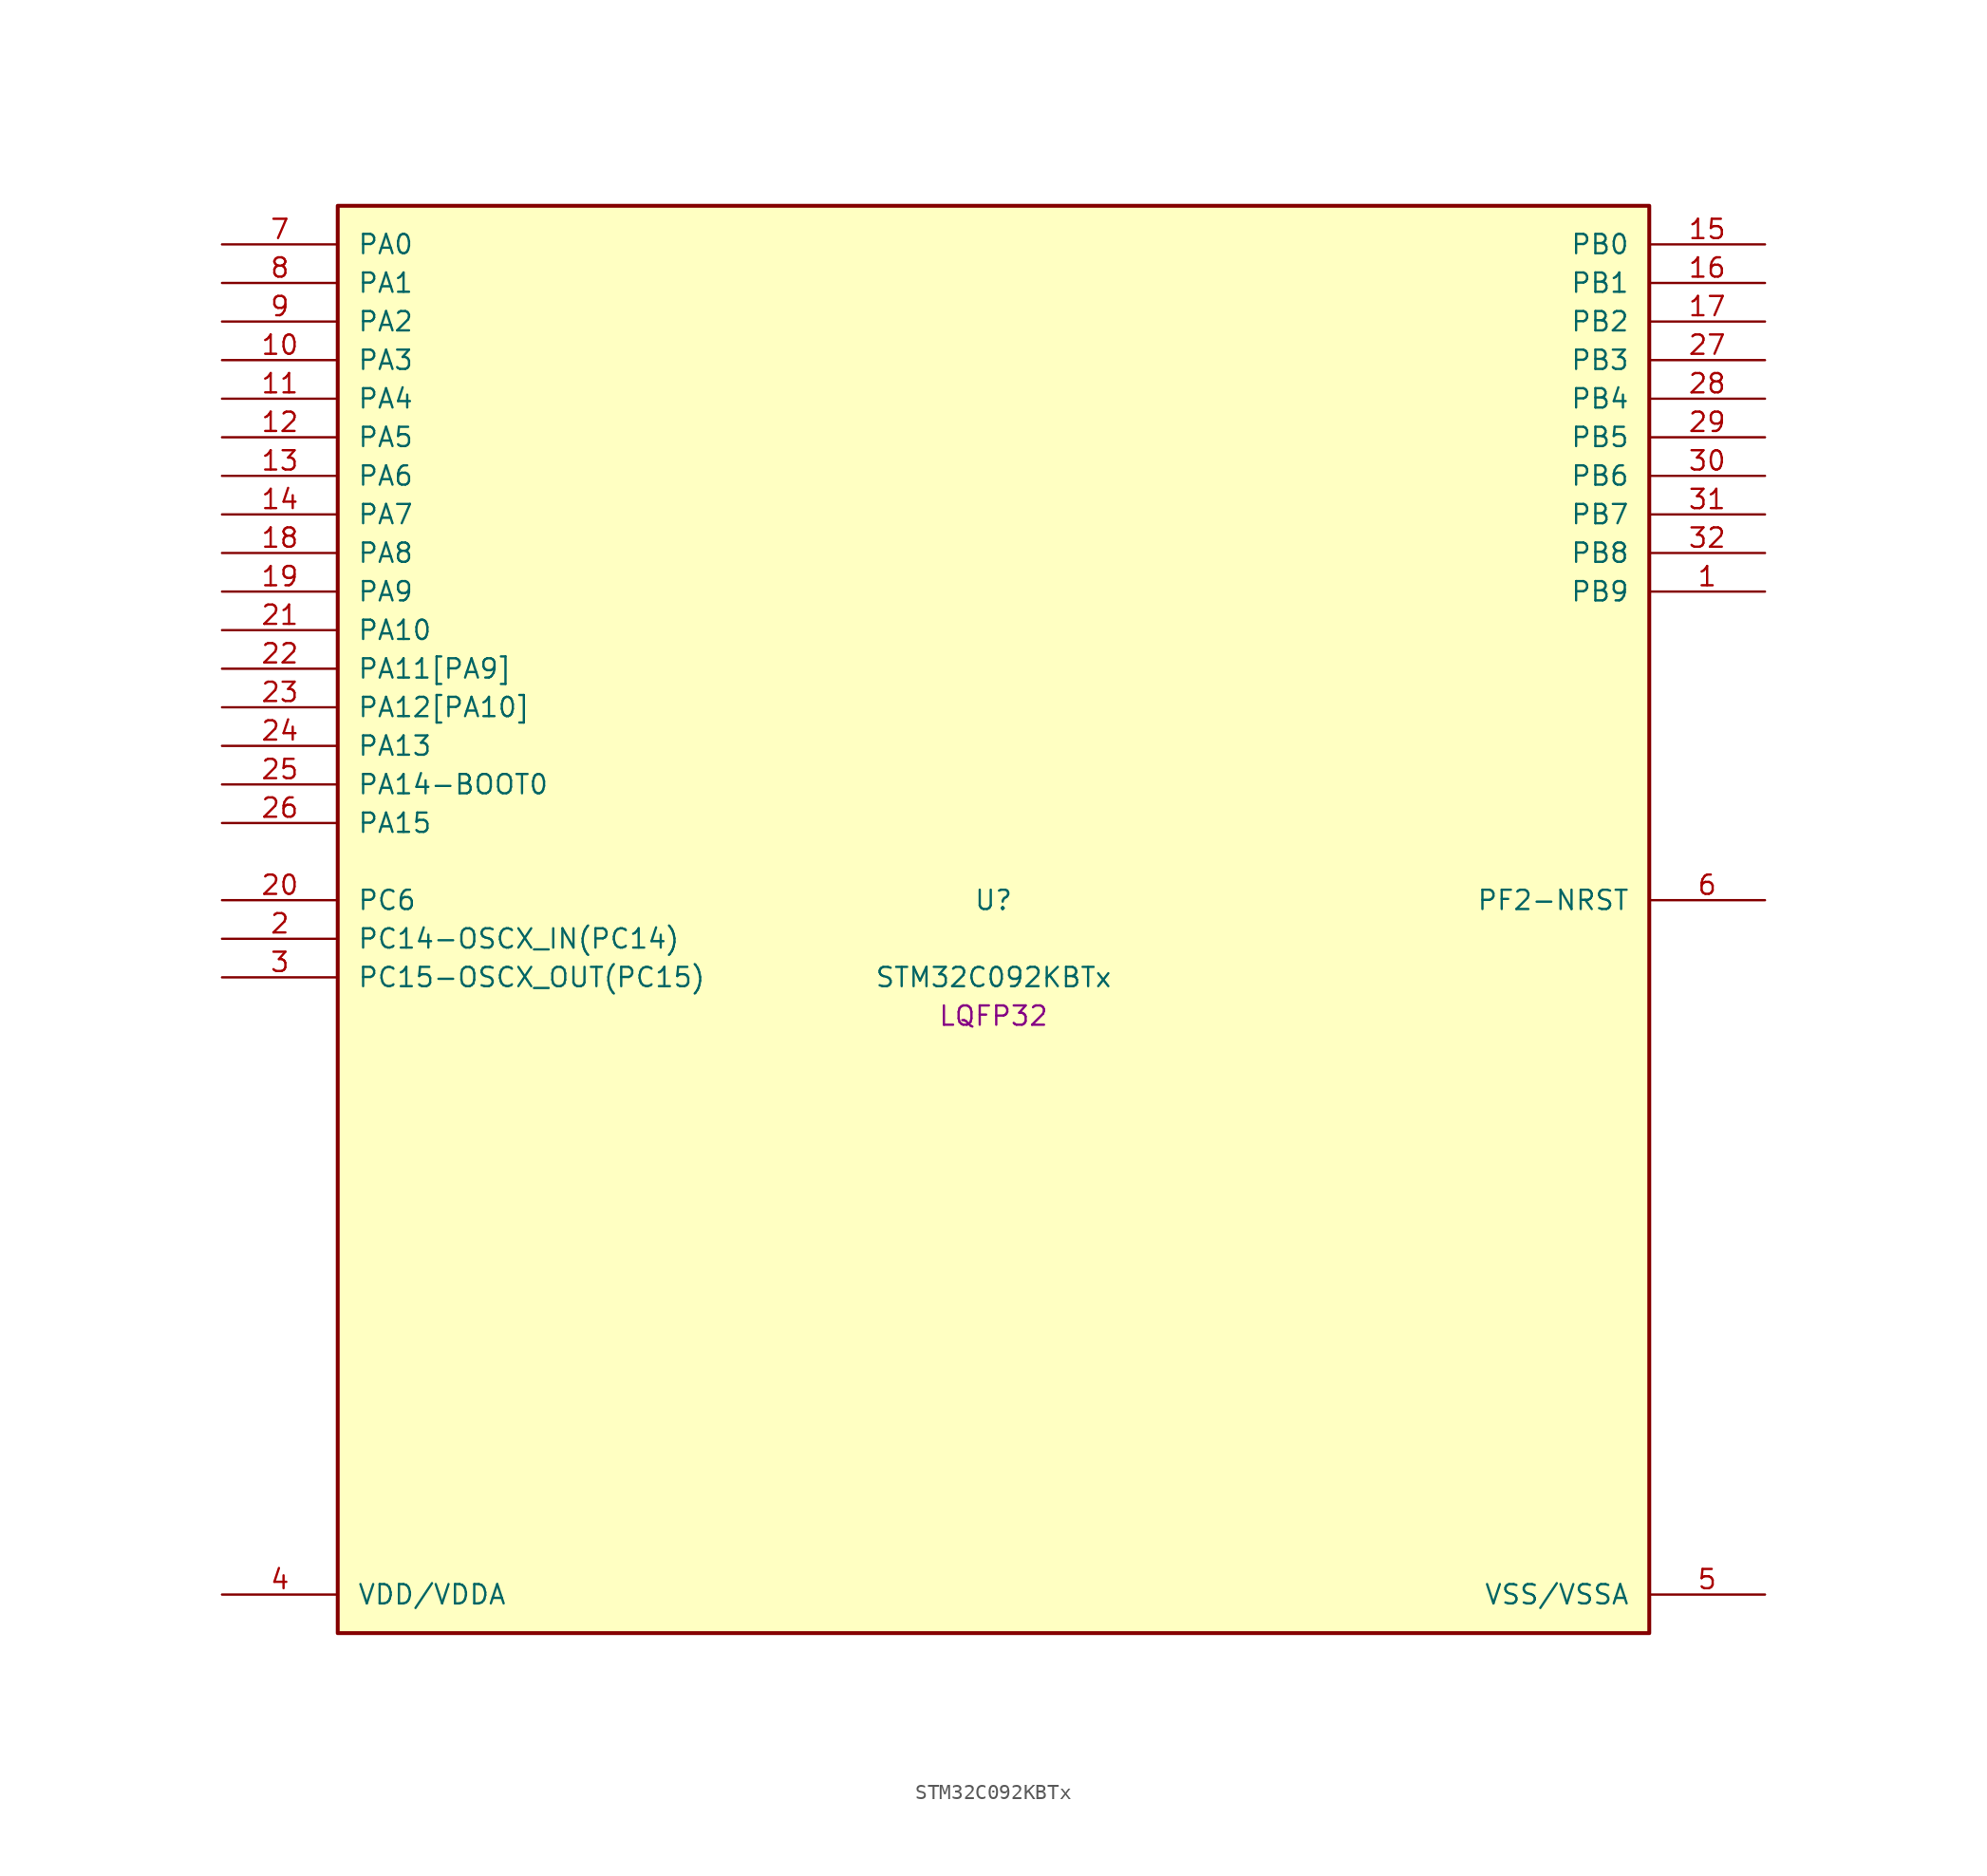
<source format=kicad_sym>
(kicad_symbol_lib
  (version 20241209)
  (generator "stm32_pkl_generator")
  (generator_version "1.0")
  (symbol "STM32C092KBTx"
    (pin_names
      (offset 1.27))
    (property "Reference" "U"
      (at 0 2.54 0))
    (property "Value" "STM32C092KBTx"
      (at 0 -2.54 0))
    (property "Footprint" "LQFP32"
      (at 0 -5.08 0))
    (symbol "STM32C092KBTx_1_1"
      (rectangle (start -43.18 48.26) (end 43.18 -45.72) (stroke (width 0.254) (type solid)) (fill (type background)))
      (pin bidirectional line (at -50.8 45.72 0) (length 7.62) (name "PA0") (number "7") (alternate "PA0/ADC1_IN0" bidirectional line) (alternate "PA0/PWR_WKUP1" bidirectional line) (alternate "PA0/SPI2_SCK" bidirectional line) (alternate "PA0/TIM16_CH1" bidirectional line) (alternate "PA0/TIM1_CH1" bidirectional line) (alternate "PA0/TIM2_CH1" bidirectional line) (alternate "PA0/TIM2_ETR" bidirectional line) (alternate "PA0/USART1_TX" bidirectional line) (alternate "PA0/USART2_CTS" bidirectional line) (alternate "PA0/USART2_NSS" bidirectional line) (alternate "PA0/USART4_TX" bidirectional line))
      (pin bidirectional line (at -50.8 43.18 0) (length 7.62) (name "PA1") (number "8") (alternate "PA1/ADC1_IN1" bidirectional line) (alternate "PA1/I2C1_SMBA" bidirectional line) (alternate "PA1/I2S1_CK" bidirectional line) (alternate "PA1/SPI1_SCK" bidirectional line) (alternate "PA1/TIM15_CH1N" bidirectional line) (alternate "PA1/TIM17_CH1" bidirectional line) (alternate "PA1/TIM1_CH2" bidirectional line) (alternate "PA1/TIM2_CH2" bidirectional line) (alternate "PA1/USART1_RX" bidirectional line) (alternate "PA1/USART2_CK" bidirectional line) (alternate "PA1/USART2_DE" bidirectional line) (alternate "PA1/USART2_RTS" bidirectional line) (alternate "PA1/USART4_RX" bidirectional line))
      (pin bidirectional line (at -50.8 40.64 0) (length 7.62) (name "PA2") (number "9") (alternate "PA2/ADC1_IN2" bidirectional line) (alternate "PA2/I2S1_SD" bidirectional line) (alternate "PA2/PWR_WKUP4" bidirectional line) (alternate "PA2/RCC_LSCO" bidirectional line) (alternate "PA2/SPI1_MOSI" bidirectional line) (alternate "PA2/TIM15_CH1" bidirectional line) (alternate "PA2/TIM16_CH1N" bidirectional line) (alternate "PA2/TIM1_CH3" bidirectional line) (alternate "PA2/TIM2_CH3" bidirectional line) (alternate "PA2/TIM3_ETR" bidirectional line) (alternate "PA2/USART2_TX" bidirectional line))
      (pin bidirectional line (at -50.8 38.1 0) (length 7.62) (name "PA3") (number "10") (alternate "PA3/ADC1_IN3" bidirectional line) (alternate "PA3/SPI2_MISO" bidirectional line) (alternate "PA3/TIM15_CH2" bidirectional line) (alternate "PA3/TIM1_CH1N" bidirectional line) (alternate "PA3/TIM1_CH4" bidirectional line) (alternate "PA3/TIM2_CH4" bidirectional line) (alternate "PA3/USART2_RX" bidirectional line))
      (pin bidirectional line (at -50.8 35.56 0) (length 7.62) (name "PA4") (number "11") (alternate "PA4/ADC1_IN4" bidirectional line) (alternate "PA4/I2S1_WS" bidirectional line) (alternate "PA4/PWR_WKUP2" bidirectional line) (alternate "PA4/RTC_OUT1" bidirectional line) (alternate "PA4/RTC_TS" bidirectional line) (alternate "PA4/SPI1_NSS" bidirectional line) (alternate "PA4/SPI2_MOSI" bidirectional line) (alternate "PA4/TIM14_CH1" bidirectional line) (alternate "PA4/TIM17_CH1N" bidirectional line) (alternate "PA4/TIM1_CH2N" bidirectional line) (alternate "PA4/USART2_TX" bidirectional line))
      (pin bidirectional line (at -50.8 33.02 0) (length 7.62) (name "PA5") (number "12") (alternate "PA5/ADC1_IN5" bidirectional line) (alternate "PA5/I2S1_CK" bidirectional line) (alternate "PA5/SPI1_SCK" bidirectional line) (alternate "PA5/TIM1_CH1" bidirectional line) (alternate "PA5/TIM1_CH3N" bidirectional line) (alternate "PA5/TIM2_CH1" bidirectional line) (alternate "PA5/TIM2_ETR" bidirectional line) (alternate "PA5/USART2_RX" bidirectional line) (alternate "PA5/USART3_TX" bidirectional line))
      (pin bidirectional line (at -50.8 30.48 0) (length 7.62) (name "PA6") (number "13") (alternate "PA6/ADC1_IN6" bidirectional line) (alternate "PA6/I2C2_SDA" bidirectional line) (alternate "PA6/I2S1_MCK" bidirectional line) (alternate "PA6/SPI1_MISO" bidirectional line) (alternate "PA6/TIM16_CH1" bidirectional line) (alternate "PA6/TIM1_BKIN" bidirectional line) (alternate "PA6/TIM3_CH1" bidirectional line) (alternate "PA6/USART3_CTS" bidirectional line) (alternate "PA6/USART3_NSS" bidirectional line))
      (pin bidirectional line (at -50.8 27.94 0) (length 7.62) (name "PA7") (number "14") (alternate "PA7/ADC1_IN7" bidirectional line) (alternate "PA7/I2C2_SCL" bidirectional line) (alternate "PA7/I2S1_SD" bidirectional line) (alternate "PA7/SPI1_MOSI" bidirectional line) (alternate "PA7/TIM14_CH1" bidirectional line) (alternate "PA7/TIM17_CH1" bidirectional line) (alternate "PA7/TIM1_CH1N" bidirectional line) (alternate "PA7/TIM3_CH2" bidirectional line))
      (pin bidirectional line (at -50.8 25.4 0) (length 7.62) (name "PA8") (number "18") (alternate "PA8/ADC1_IN8" bidirectional line) (alternate "PA8/I2S1_WS" bidirectional line) (alternate "PA8/RCC_MCO" bidirectional line) (alternate "PA8/RCC_MCO_2" bidirectional line) (alternate "PA8/SPI1_NSS" bidirectional line) (alternate "PA8/SPI2_MISO" bidirectional line) (alternate "PA8/SPI2_NSS" bidirectional line) (alternate "PA8/TIM14_CH1" bidirectional line) (alternate "PA8/TIM1_CH1" bidirectional line) (alternate "PA8/TIM1_CH2N" bidirectional line) (alternate "PA8/TIM1_CH3N" bidirectional line) (alternate "PA8/TIM3_CH3" bidirectional line) (alternate "PA8/TIM3_CH4" bidirectional line) (alternate "PA8/USART1_RX" bidirectional line) (alternate "PA8/USART2_TX" bidirectional line))
      (pin bidirectional line (at -50.8 22.86 0) (length 7.62) (name "PA9") (number "19") (alternate "PA9/I2C1_SCL" bidirectional line) (alternate "PA9/I2C2_SCL" bidirectional line) (alternate "PA9/RCC_MCO" bidirectional line) (alternate "PA9/SPI2_MISO" bidirectional line) (alternate "PA9/TIM15_BKIN" bidirectional line) (alternate "PA9/TIM1_CH2" bidirectional line) (alternate "PA9/TIM3_ETR" bidirectional line) (alternate "PA9/USART1_TX" bidirectional line) (alternate "PA9/NC" bidirectional line))
      (pin bidirectional line (at -50.8 20.32 0) (length 7.62) (name "PA10") (number "21") (alternate "PA10/I2C1_SDA" bidirectional line) (alternate "PA10/I2C2_SDA" bidirectional line) (alternate "PA10/RCC_MCO_2" bidirectional line) (alternate "PA10/SPI2_MOSI" bidirectional line) (alternate "PA10/TIM17_BKIN" bidirectional line) (alternate "PA10/TIM1_CH3" bidirectional line) (alternate "PA10/USART1_RX" bidirectional line) (alternate "PA10/NC" bidirectional line))
      (pin bidirectional line (at -50.8 17.78 0) (length 7.62) (name "PA11[PA9]") (number "22") (alternate "PA11[PA9]/ADC1_EXTI11" bidirectional line) (alternate "PA11[PA9]/FDCAN1_RX" bidirectional line) (alternate "PA11[PA9]/I2C2_SCL" bidirectional line) (alternate "PA11[PA9]/I2S1_MCK" bidirectional line) (alternate "PA11[PA9]/SPI1_MISO" bidirectional line) (alternate "PA11[PA9]/TIM1_BKIN2" bidirectional line) (alternate "PA11[PA9]/TIM1_CH4" bidirectional line) (alternate "PA11[PA9]/USART1_CTS" bidirectional line) (alternate "PA11[PA9]/USART1_NSS" bidirectional line) (alternate "PA11[PA9]/PA9[PA11]" bidirectional line) (alternate "PA11[PA9]/I2C1_SCL" bidirectional line) (alternate "PA11[PA9]/RCC_MCO" bidirectional line) (alternate "PA11[PA9]/SPI2_MISO" bidirectional line) (alternate "PA11[PA9]/TIM15_BKIN" bidirectional line) (alternate "PA11[PA9]/TIM1_CH2" bidirectional line) (alternate "PA11[PA9]/TIM3_ETR" bidirectional line) (alternate "PA11[PA9]/USART1_TX" bidirectional line))
      (pin bidirectional line (at -50.8 15.24 0) (length 7.62) (name "PA12[PA10]") (number "23") (alternate "PA12[PA10]/FDCAN1_TX" bidirectional line) (alternate "PA12[PA10]/I2C2_SDA" bidirectional line) (alternate "PA12[PA10]/I2S1_SD" bidirectional line) (alternate "PA12[PA10]/I2S_CKIN" bidirectional line) (alternate "PA12[PA10]/SPI1_MOSI" bidirectional line) (alternate "PA12[PA10]/TIM1_ETR" bidirectional line) (alternate "PA12[PA10]/USART1_CK" bidirectional line) (alternate "PA12[PA10]/USART1_DE" bidirectional line) (alternate "PA12[PA10]/USART1_RTS" bidirectional line) (alternate "PA12[PA10]/PA10[PA12]" bidirectional line) (alternate "PA12[PA10]/I2C1_SDA" bidirectional line) (alternate "PA12[PA10]/RCC_MCO_2" bidirectional line) (alternate "PA12[PA10]/SPI2_MOSI" bidirectional line) (alternate "PA12[PA10]/TIM17_BKIN" bidirectional line) (alternate "PA12[PA10]/TIM1_CH3" bidirectional line) (alternate "PA12[PA10]/USART1_RX" bidirectional line))
      (pin bidirectional line (at -50.8 12.7 0) (length 7.62) (name "PA13") (number "24") (alternate "PA13/ADC1_IN13" bidirectional line) (alternate "PA13/DEBUG_SWDIO" bidirectional line) (alternate "PA13/IR_OUT" bidirectional line) (alternate "PA13/TIM3_ETR" bidirectional line) (alternate "PA13/USART2_RX" bidirectional line))
      (pin bidirectional line (at -50.8 10.16 0) (length 7.62) (name "PA14-BOOT0") (number "25") (alternate "PA14-BOOT0/ADC1_IN14" bidirectional line) (alternate "PA14-BOOT0/BOOT0" bidirectional line) (alternate "PA14-BOOT0/DEBUG_SWCLK" bidirectional line) (alternate "PA14-BOOT0/I2S1_WS" bidirectional line) (alternate "PA14-BOOT0/RCC_MCO_2" bidirectional line) (alternate "PA14-BOOT0/SPI1_NSS" bidirectional line) (alternate "PA14-BOOT0/TIM1_CH1" bidirectional line) (alternate "PA14-BOOT0/USART1_CK" bidirectional line) (alternate "PA14-BOOT0/USART1_DE" bidirectional line) (alternate "PA14-BOOT0/USART1_RTS" bidirectional line) (alternate "PA14-BOOT0/USART2_RX" bidirectional line) (alternate "PA14-BOOT0/USART2_TX" bidirectional line))
      (pin bidirectional line (at -50.8 7.62 0) (length 7.62) (name "PA15") (number "26") (alternate "PA15/I2S1_WS" bidirectional line) (alternate "PA15/RCC_MCO_2" bidirectional line) (alternate "PA15/SPI1_NSS" bidirectional line) (alternate "PA15/TIM1_CH1" bidirectional line) (alternate "PA15/TIM2_CH1" bidirectional line) (alternate "PA15/TIM2_ETR" bidirectional line) (alternate "PA15/USART1_CK" bidirectional line) (alternate "PA15/USART1_DE" bidirectional line) (alternate "PA15/USART1_RTS" bidirectional line) (alternate "PA15/USART2_RX" bidirectional line) (alternate "PA15/USART3_CK" bidirectional line) (alternate "PA15/USART3_DE" bidirectional line) (alternate "PA15/USART3_RTS" bidirectional line) (alternate "PA15/USART4_CK" bidirectional line) (alternate "PA15/USART4_DE" bidirectional line) (alternate "PA15/USART4_RTS" bidirectional line))
      (pin bidirectional line (at 50.8 45.72 180) (length 7.62) (name "PB0") (number "15") (alternate "PB0/ADC1_IN17" bidirectional line) (alternate "PB0/FDCAN1_RX" bidirectional line) (alternate "PB0/I2S1_WS" bidirectional line) (alternate "PB0/SPI1_NSS" bidirectional line) (alternate "PB0/TIM1_CH2N" bidirectional line) (alternate "PB0/TIM3_CH3" bidirectional line) (alternate "PB0/USART3_RX" bidirectional line))
      (pin bidirectional line (at 50.8 43.18 180) (length 7.62) (name "PB1") (number "16") (alternate "PB1/ADC1_IN18" bidirectional line) (alternate "PB1/FDCAN1_TX" bidirectional line) (alternate "PB1/TIM14_CH1" bidirectional line) (alternate "PB1/TIM1_CH2N" bidirectional line) (alternate "PB1/TIM1_CH3N" bidirectional line) (alternate "PB1/TIM3_CH4" bidirectional line) (alternate "PB1/USART3_CK" bidirectional line) (alternate "PB1/USART3_DE" bidirectional line) (alternate "PB1/USART3_RTS" bidirectional line))
      (pin bidirectional line (at 50.8 40.64 180) (length 7.62) (name "PB2") (number "17") (alternate "PB2/ADC1_IN19" bidirectional line) (alternate "PB2/RCC_MCO_2" bidirectional line) (alternate "PB2/SPI2_MISO" bidirectional line) (alternate "PB2/USART1_RX" bidirectional line) (alternate "PB2/USART3_TX" bidirectional line))
      (pin bidirectional line (at 50.8 38.1 180) (length 7.62) (name "PB3") (number "27") (alternate "PB3/I2C2_SCL" bidirectional line) (alternate "PB3/I2S1_CK" bidirectional line) (alternate "PB3/SPI1_SCK" bidirectional line) (alternate "PB3/TIM1_CH2" bidirectional line) (alternate "PB3/TIM2_CH2" bidirectional line) (alternate "PB3/TIM3_CH2" bidirectional line) (alternate "PB3/USART1_CK" bidirectional line) (alternate "PB3/USART1_DE" bidirectional line) (alternate "PB3/USART1_RTS" bidirectional line))
      (pin bidirectional line (at 50.8 35.56 180) (length 7.62) (name "PB4") (number "28") (alternate "PB4/I2C2_SDA" bidirectional line) (alternate "PB4/I2S1_MCK" bidirectional line) (alternate "PB4/SPI1_MISO" bidirectional line) (alternate "PB4/TIM17_BKIN" bidirectional line) (alternate "PB4/TIM3_CH1" bidirectional line) (alternate "PB4/USART1_CTS" bidirectional line) (alternate "PB4/USART1_NSS" bidirectional line))
      (pin bidirectional line (at 50.8 33.02 180) (length 7.62) (name "PB5") (number "29") (alternate "PB5/FDCAN1_RX" bidirectional line) (alternate "PB5/I2C1_SMBA" bidirectional line) (alternate "PB5/I2S1_SD" bidirectional line) (alternate "PB5/PWR_WKUP6" bidirectional line) (alternate "PB5/SPI1_MOSI" bidirectional line) (alternate "PB5/TIM16_BKIN" bidirectional line) (alternate "PB5/TIM3_CH2" bidirectional line) (alternate "PB5/TIM3_CH3" bidirectional line))
      (pin bidirectional line (at 50.8 30.48 180) (length 7.62) (name "PB6") (number "30") (alternate "PB6/FDCAN1_TX" bidirectional line) (alternate "PB6/I2C1_SCL" bidirectional line) (alternate "PB6/I2C1_SMBA" bidirectional line) (alternate "PB6/I2S1_CK" bidirectional line) (alternate "PB6/I2S1_MCK" bidirectional line) (alternate "PB6/I2S1_SD" bidirectional line) (alternate "PB6/PWR_WKUP3" bidirectional line) (alternate "PB6/SPI1_MISO" bidirectional line) (alternate "PB6/SPI1_MOSI" bidirectional line) (alternate "PB6/SPI1_SCK" bidirectional line) (alternate "PB6/SPI2_MISO" bidirectional line) (alternate "PB6/TIM16_BKIN" bidirectional line) (alternate "PB6/TIM16_CH1N" bidirectional line) (alternate "PB6/TIM1_CH2" bidirectional line) (alternate "PB6/TIM1_CH3" bidirectional line) (alternate "PB6/TIM3_CH1" bidirectional line) (alternate "PB6/TIM3_CH2" bidirectional line) (alternate "PB6/TIM3_CH3" bidirectional line) (alternate "PB6/USART1_CTS" bidirectional line) (alternate "PB6/USART1_NSS" bidirectional line) (alternate "PB6/USART1_TX" bidirectional line))
      (pin bidirectional line (at 50.8 27.94 180) (length 7.62) (name "PB7") (number "31") (alternate "PB7/I2C1_SCL" bidirectional line) (alternate "PB7/I2C1_SDA" bidirectional line) (alternate "PB7/RTC_REFIN" bidirectional line) (alternate "PB7/SPI2_MOSI" bidirectional line) (alternate "PB7/TIM16_CH1" bidirectional line) (alternate "PB7/TIM17_CH1N" bidirectional line) (alternate "PB7/TIM1_CH4" bidirectional line) (alternate "PB7/TIM3_CH1" bidirectional line) (alternate "PB7/TIM3_CH4" bidirectional line) (alternate "PB7/USART1_RX" bidirectional line) (alternate "PB7/USART2_CTS" bidirectional line) (alternate "PB7/USART2_NSS" bidirectional line) (alternate "PB7/USART4_CTS" bidirectional line) (alternate "PB7/USART4_NSS" bidirectional line))
      (pin bidirectional line (at 50.8 25.4 180) (length 7.62) (name "PB8") (number "32") (alternate "PB8/FDCAN1_RX" bidirectional line) (alternate "PB8/I2C1_SCL" bidirectional line) (alternate "PB8/SPI2_SCK" bidirectional line) (alternate "PB8/TIM15_BKIN" bidirectional line) (alternate "PB8/TIM16_CH1" bidirectional line) (alternate "PB8/TIM3_CH1" bidirectional line) (alternate "PB8/USART2_CTS" bidirectional line) (alternate "PB8/USART2_NSS" bidirectional line) (alternate "PB8/USART3_TX" bidirectional line))
      (pin bidirectional line (at 50.8 22.86 180) (length 7.62) (name "PB9") (number "1") (alternate "PB9/FDCAN1_TX" bidirectional line) (alternate "PB9/I2C1_SDA" bidirectional line) (alternate "PB9/IR_OUT" bidirectional line) (alternate "PB9/SPI2_NSS" bidirectional line) (alternate "PB9/TIM17_CH1" bidirectional line) (alternate "PB9/TIM3_CH2" bidirectional line) (alternate "PB9/USART2_CK" bidirectional line) (alternate "PB9/USART2_DE" bidirectional line) (alternate "PB9/USART2_RTS" bidirectional line) (alternate "PB9/USART3_RX" bidirectional line))
      (pin bidirectional line (at -50.8 2.54 0) (length 7.62) (name "PC6") (number "20") (alternate "PC6/TIM2_CH3" bidirectional line) (alternate "PC6/TIM3_CH1" bidirectional line))
      (pin bidirectional line (at -50.8 0 0) (length 7.62) (name "PC14-OSCX_IN(PC14)") (number "2") (alternate "PC14-OSCX_IN(PC14)/FDCAN1_TX" bidirectional line) (alternate "PC14-OSCX_IN(PC14)/I2C1_SDA" bidirectional line) (alternate "PC14-OSCX_IN(PC14)/IR_OUT" bidirectional line) (alternate "PC14-OSCX_IN(PC14)/RCC_OSCX_IN" bidirectional line) (alternate "PC14-OSCX_IN(PC14)/SPI2_NSS" bidirectional line) (alternate "PC14-OSCX_IN(PC14)/TIM17_CH1" bidirectional line) (alternate "PC14-OSCX_IN(PC14)/TIM1_BKIN2" bidirectional line) (alternate "PC14-OSCX_IN(PC14)/TIM1_ETR" bidirectional line) (alternate "PC14-OSCX_IN(PC14)/TIM3_CH2" bidirectional line) (alternate "PC14-OSCX_IN(PC14)/USART1_TX" bidirectional line) (alternate "PC14-OSCX_IN(PC14)/USART2_CK" bidirectional line) (alternate "PC14-OSCX_IN(PC14)/USART2_DE" bidirectional line) (alternate "PC14-OSCX_IN(PC14)/USART2_RTS" bidirectional line) (alternate "PC14-OSCX_IN(PC14)/USART3_TX" bidirectional line))
      (pin bidirectional line (at -50.8 -2.54 0) (length 7.62) (name "PC15-OSCX_OUT(PC15)") (number "3") (alternate "PC15-OSCX_OUT(PC15)/RCC_OSC32_EN" bidirectional line) (alternate "PC15-OSCX_OUT(PC15)/RCC_OSCX_OUT" bidirectional line) (alternate "PC15-OSCX_OUT(PC15)/RCC_OSC_EN" bidirectional line) (alternate "PC15-OSCX_OUT(PC15)/TIM15_BKIN" bidirectional line) (alternate "PC15-OSCX_OUT(PC15)/TIM1_ETR" bidirectional line) (alternate "PC15-OSCX_OUT(PC15)/TIM3_CH3" bidirectional line))
      (pin bidirectional line (at 50.8 2.54 180) (length 7.62) (name "PF2-NRST") (number "6") (alternate "PF2-NRST/RCC_MCO" bidirectional line) (alternate "PF2-NRST/TIM1_CH4" bidirectional line))
      (pin power_in line (at -50.8 -43.18 0) (length 7.62) (name "VDD/VDDA") (number "4"))
      (pin power_in line (at 50.8 -43.18 180) (length 7.62) (name "VSS/VSSA") (number "5")))))
</source>
